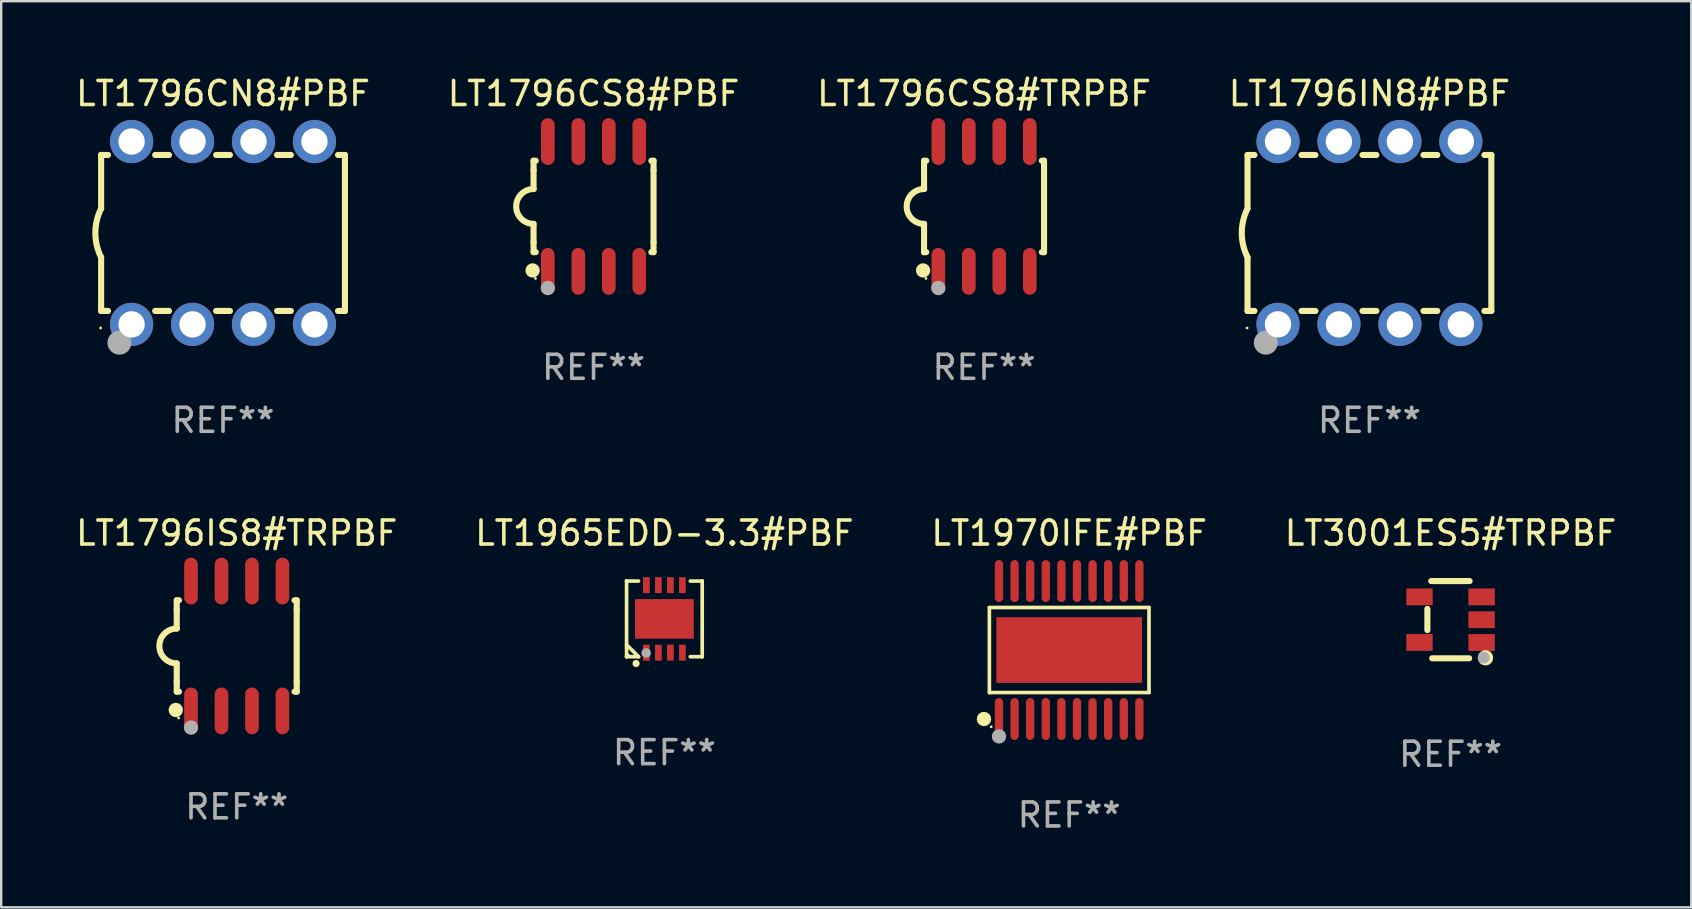
<source format=kicad_pcb>
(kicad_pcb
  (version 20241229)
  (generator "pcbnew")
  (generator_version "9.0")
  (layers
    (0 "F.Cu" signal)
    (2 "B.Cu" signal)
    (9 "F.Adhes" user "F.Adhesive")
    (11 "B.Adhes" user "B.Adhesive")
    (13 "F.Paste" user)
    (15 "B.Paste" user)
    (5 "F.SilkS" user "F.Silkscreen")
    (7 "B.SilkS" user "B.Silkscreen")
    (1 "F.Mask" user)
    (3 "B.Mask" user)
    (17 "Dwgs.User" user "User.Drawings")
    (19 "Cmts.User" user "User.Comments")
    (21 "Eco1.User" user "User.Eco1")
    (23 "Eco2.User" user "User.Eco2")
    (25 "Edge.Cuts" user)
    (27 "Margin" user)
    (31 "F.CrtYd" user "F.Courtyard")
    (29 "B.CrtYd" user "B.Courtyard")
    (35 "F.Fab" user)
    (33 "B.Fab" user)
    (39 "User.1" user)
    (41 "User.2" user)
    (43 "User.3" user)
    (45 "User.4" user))
  (footprint "LT1796IN8#PBF"
    (layer "F.Cu")
    (at 54.018 6.658)
    (property "Reference" "LT1796IN8#PBF" (at 0 -5.81 0) (layer "F.SilkS") (effects (font (size 1 1) (thickness 0.15))))
    (attr through_hole)
    (fp_line (start -5.08 -3.25) (end -5.08 -1.017) (stroke (width 0.254) (type solid)) (layer "F.SilkS"))
    (fp_line (start -5.08 -3.25) (end -4.792 -3.25) (stroke (width 0.254) (type solid)) (layer "F.SilkS"))
    (fp_line (start -5.08 3.25) (end -5.08 1.015) (stroke (width 0.254) (type solid)) (layer "F.SilkS"))
    (fp_line (start -5.08 3.25) (end -4.792 3.25) (stroke (width 0.254) (type solid)) (layer "F.SilkS"))
    (fp_line (start -2.828 -3.25) (end -2.252 -3.25) (stroke (width 0.254) (type solid)) (layer "F.SilkS"))
    (fp_line (start -2.828 3.25) (end -2.252 3.25) (stroke (width 0.254) (type solid)) (layer "F.SilkS"))
    (fp_line (start -0.288 -3.25) (end 0.288 -3.25) (stroke (width 0.254) (type solid)) (layer "F.SilkS"))
    (fp_line (start -0.288 3.25) (end 0.288 3.25) (stroke (width 0.254) (type solid)) (layer "F.SilkS"))
    (fp_line (start 2.252 -3.25) (end 2.828 -3.25) (stroke (width 0.254) (type solid)) (layer "F.SilkS"))
    (fp_line (start 2.252 3.25) (end 2.828 3.25) (stroke (width 0.254) (type solid)) (layer "F.SilkS"))
    (fp_line (start 4.792 -3.25) (end 5.08 -3.25) (stroke (width 0.254) (type solid)) (layer "F.SilkS"))
    (fp_line (start 4.792 3.25) (end 5.08 3.25) (stroke (width 0.254) (type solid)) (layer "F.SilkS"))
    (fp_line (start 5.08 -3.25) (end 5.08 3.25) (stroke (width 0.254) (type solid)) (layer "F.SilkS"))
    (fp_arc (start -5.08001 1.01524) (mid -5.319856 -0.000762) (end -5.08001 -1.016764) (stroke (width 0.254001) (type solid)) (layer "F.SilkS"))
    (fp_circle (center -5.1 3.96) (end -5.07 3.96) (stroke (width 0.06) (type solid)) (fill no) (layer "F.SilkS"))
    (fp_circle (center -4.318 4.572) (end -4.068 4.572) (stroke (width 0.5) (type solid)) (fill no) (layer "F.Fab"))
    (fp_text user "REF**" (at 0 7.81 0) (layer "F.Fab") (effects (font (size 1 1) (thickness 0.15))))
    (pad "1" thru_hole circle (at -3.81 3.81) (size 1.8 1.8) (drill 1.1) (layers "*.Cu" "*.Mask"))
    (pad "2" thru_hole circle (at -1.27 3.81) (size 1.8 1.8) (drill 1.1) (layers "*.Cu" "*.Mask"))
    (pad "3" thru_hole circle (at 1.27 3.81) (size 1.8 1.8) (drill 1.1) (layers "*.Cu" "*.Mask"))
    (pad "4" thru_hole circle (at 3.81 3.81) (size 1.8 1.8) (drill 1.1) (layers "*.Cu" "*.Mask"))
    (pad "5" thru_hole circle (at 3.81 -3.81) (size 1.8 1.8) (drill 1.1) (layers "*.Cu" "*.Mask"))
    (pad "6" thru_hole circle (at 1.27 -3.81) (size 1.8 1.8) (drill 1.1) (layers "*.Cu" "*.Mask"))
    (pad "7" thru_hole circle (at -1.27 -3.81) (size 1.8 1.8) (drill 1.1) (layers "*.Cu" "*.Mask"))
    (pad "8" thru_hole circle (at -3.81 -3.81) (size 1.8 1.8) (drill 1.1) (layers "*.Cu" "*.Mask")))
  (footprint "LT1796CS8#TRPBF"
    (layer "F.Cu")
    (at 37.958 5.553)
    (property "Reference" "LT1796CS8#TRPBF" (at 0 -4.705 0) (layer "F.SilkS") (effects (font (size 1 1) (thickness 0.15))))
    (attr through_hole)
    (fp_line (start -2.5 -1.905) (end -2.409 -1.905) (stroke (width 0.254) (type solid)) (layer "F.SilkS"))
    (fp_line (start -2.5 -1.5) (end -2.5 -1.905) (stroke (width 0.254) (type solid)) (layer "F.SilkS"))
    (fp_line (start -2.5 -1.5) (end -2.5 -0.726) (stroke (width 0.254) (type solid)) (layer "F.SilkS"))
    (fp_line (start -2.5 1.5) (end -2.5 0.727) (stroke (width 0.254) (type solid)) (layer "F.SilkS"))
    (fp_line (start -2.5 1.5) (end -2.5 1.905) (stroke (width 0.254) (type solid)) (layer "F.SilkS"))
    (fp_line (start -2.5 1.905) (end -2.409 1.905) (stroke (width 0.254) (type solid)) (layer "F.SilkS"))
    (fp_line (start 2.5 -1.905) (end 2.409 -1.905) (stroke (width 0.254) (type solid)) (layer "F.SilkS"))
    (fp_line (start 2.5 -1.5) (end 2.5 -1.905) (stroke (width 0.254) (type solid)) (layer "F.SilkS"))
    (fp_line (start 2.5 -1.5) (end 2.5 1.5) (stroke (width 0.254) (type solid)) (layer "F.SilkS"))
    (fp_line (start 2.5 1.5) (end 2.5 1.905) (stroke (width 0.254) (type solid)) (layer "F.SilkS"))
    (fp_line (start 2.5 1.905) (end 2.409 1.905) (stroke (width 0.254) (type solid)) (layer "F.SilkS"))
    (fp_arc (start -2.5 0.726568) (mid -3.220316 -0.0023) (end -2.495097 -0.726289) (stroke (width 0.254001) (type solid)) (layer "F.SilkS"))
    (fp_circle (center -2.54 2.667) (end -2.39 2.667) (stroke (width 0.3) (type solid)) (fill no) (layer "F.SilkS"))
    (fp_circle (center -2.42 3) (end -2.39 3) (stroke (width 0.06) (type solid)) (fill no) (layer "F.SilkS"))
    (fp_circle (center -1.905 3.4) (end -1.755 3.4) (stroke (width 0.3) (type solid)) (fill no) (layer "F.Fab"))
    (fp_text user "REF**" (at 0 6.705 0) (layer "F.Fab") (effects (font (size 1 1) (thickness 0.15))))
    (pad "1" smd oval (at -1.905 2.705) (size 0.568 1.95) (layers "F.Cu" "F.Mask" "F.Paste"))
    (pad "2" smd oval (at -0.635 2.705) (size 0.568 1.95) (layers "F.Cu" "F.Mask" "F.Paste"))
    (pad "3" smd oval (at 0.635 2.705) (size 0.568 1.95) (layers "F.Cu" "F.Mask" "F.Paste"))
    (pad "4" smd oval (at 1.905 2.705) (size 0.568 1.95) (layers "F.Cu" "F.Mask" "F.Paste"))
    (pad "5" smd oval (at 1.905 -2.705) (size 0.568 1.95) (layers "F.Cu" "F.Mask" "F.Paste"))
    (pad "6" smd oval (at 0.635 -2.705) (size 0.568 1.95) (layers "F.Cu" "F.Mask" "F.Paste"))
    (pad "7" smd oval (at -0.635 -2.705) (size 0.568 1.95) (layers "F.Cu" "F.Mask" "F.Paste"))
    (pad "8" smd oval (at -1.905 -2.705) (size 0.568 1.95) (layers "F.Cu" "F.Mask" "F.Paste")))
  (footprint "LT1796CS8#PBF"
    (layer "F.Cu")
    (at 21.685 5.553)
    (property "Reference" "LT1796CS8#PBF" (at 0 -4.705 0) (layer "F.SilkS") (effects (font (size 1 1) (thickness 0.15))))
    (attr through_hole)
    (fp_line (start -2.5 -1.905) (end -2.409 -1.905) (stroke (width 0.254) (type solid)) (layer "F.SilkS"))
    (fp_line (start -2.5 -1.5) (end -2.5 -1.905) (stroke (width 0.254) (type solid)) (layer "F.SilkS"))
    (fp_line (start -2.5 -1.5) (end -2.5 -0.726) (stroke (width 0.254) (type solid)) (layer "F.SilkS"))
    (fp_line (start -2.5 1.5) (end -2.5 0.727) (stroke (width 0.254) (type solid)) (layer "F.SilkS"))
    (fp_line (start -2.5 1.5) (end -2.5 1.905) (stroke (width 0.254) (type solid)) (layer "F.SilkS"))
    (fp_line (start -2.5 1.905) (end -2.409 1.905) (stroke (width 0.254) (type solid)) (layer "F.SilkS"))
    (fp_line (start 2.5 -1.905) (end 2.409 -1.905) (stroke (width 0.254) (type solid)) (layer "F.SilkS"))
    (fp_line (start 2.5 -1.5) (end 2.5 -1.905) (stroke (width 0.254) (type solid)) (layer "F.SilkS"))
    (fp_line (start 2.5 -1.5) (end 2.5 1.5) (stroke (width 0.254) (type solid)) (layer "F.SilkS"))
    (fp_line (start 2.5 1.5) (end 2.5 1.905) (stroke (width 0.254) (type solid)) (layer "F.SilkS"))
    (fp_line (start 2.5 1.905) (end 2.409 1.905) (stroke (width 0.254) (type solid)) (layer "F.SilkS"))
    (fp_arc (start -2.5 0.726568) (mid -3.220316 -0.0023) (end -2.495097 -0.726289) (stroke (width 0.254001) (type solid)) (layer "F.SilkS"))
    (fp_circle (center -2.54 2.667) (end -2.39 2.667) (stroke (width 0.3) (type solid)) (fill no) (layer "F.SilkS"))
    (fp_circle (center -2.42 3) (end -2.39 3) (stroke (width 0.06) (type solid)) (fill no) (layer "F.SilkS"))
    (fp_circle (center -1.905 3.4) (end -1.755 3.4) (stroke (width 0.3) (type solid)) (fill no) (layer "F.Fab"))
    (fp_text user "REF**" (at 0 6.705 0) (layer "F.Fab") (effects (font (size 1 1) (thickness 0.15))))
    (pad "1" smd oval (at -1.905 2.705) (size 0.568 1.95) (layers "F.Cu" "F.Mask" "F.Paste"))
    (pad "2" smd oval (at -0.635 2.705) (size 0.568 1.95) (layers "F.Cu" "F.Mask" "F.Paste"))
    (pad "3" smd oval (at 0.635 2.705) (size 0.568 1.95) (layers "F.Cu" "F.Mask" "F.Paste"))
    (pad "4" smd oval (at 1.905 2.705) (size 0.568 1.95) (layers "F.Cu" "F.Mask" "F.Paste"))
    (pad "5" smd oval (at 1.905 -2.705) (size 0.568 1.95) (layers "F.Cu" "F.Mask" "F.Paste"))
    (pad "6" smd oval (at 0.635 -2.705) (size 0.568 1.95) (layers "F.Cu" "F.Mask" "F.Paste"))
    (pad "7" smd oval (at -0.635 -2.705) (size 0.568 1.95) (layers "F.Cu" "F.Mask" "F.Paste"))
    (pad "8" smd oval (at -1.905 -2.705) (size 0.568 1.95) (layers "F.Cu" "F.Mask" "F.Paste")))
  (footprint "LT1796CN8#PBF"
    (layer "F.Cu")
    (at 6.244 6.658)
    (property "Reference" "LT1796CN8#PBF" (at 0 -5.81 0) (layer "F.SilkS") (effects (font (size 1 1) (thickness 0.15))))
    (attr through_hole)
    (fp_line (start -5.08 -3.25) (end -5.08 -1.017) (stroke (width 0.254) (type solid)) (layer "F.SilkS"))
    (fp_line (start -5.08 -3.25) (end -4.792 -3.25) (stroke (width 0.254) (type solid)) (layer "F.SilkS"))
    (fp_line (start -5.08 3.25) (end -5.08 1.015) (stroke (width 0.254) (type solid)) (layer "F.SilkS"))
    (fp_line (start -5.08 3.25) (end -4.792 3.25) (stroke (width 0.254) (type solid)) (layer "F.SilkS"))
    (fp_line (start -2.828 -3.25) (end -2.252 -3.25) (stroke (width 0.254) (type solid)) (layer "F.SilkS"))
    (fp_line (start -2.828 3.25) (end -2.252 3.25) (stroke (width 0.254) (type solid)) (layer "F.SilkS"))
    (fp_line (start -0.288 -3.25) (end 0.288 -3.25) (stroke (width 0.254) (type solid)) (layer "F.SilkS"))
    (fp_line (start -0.288 3.25) (end 0.288 3.25) (stroke (width 0.254) (type solid)) (layer "F.SilkS"))
    (fp_line (start 2.252 -3.25) (end 2.828 -3.25) (stroke (width 0.254) (type solid)) (layer "F.SilkS"))
    (fp_line (start 2.252 3.25) (end 2.828 3.25) (stroke (width 0.254) (type solid)) (layer "F.SilkS"))
    (fp_line (start 4.792 -3.25) (end 5.08 -3.25) (stroke (width 0.254) (type solid)) (layer "F.SilkS"))
    (fp_line (start 4.792 3.25) (end 5.08 3.25) (stroke (width 0.254) (type solid)) (layer "F.SilkS"))
    (fp_line (start 5.08 -3.25) (end 5.08 3.25) (stroke (width 0.254) (type solid)) (layer "F.SilkS"))
    (fp_arc (start -5.08001 1.01524) (mid -5.319856 -0.000762) (end -5.08001 -1.016764) (stroke (width 0.254001) (type solid)) (layer "F.SilkS"))
    (fp_circle (center -5.1 3.96) (end -5.07 3.96) (stroke (width 0.06) (type solid)) (fill no) (layer "F.SilkS"))
    (fp_circle (center -4.318 4.572) (end -4.068 4.572) (stroke (width 0.5) (type solid)) (fill no) (layer "F.Fab"))
    (fp_text user "REF**" (at 0 7.81 0) (layer "F.Fab") (effects (font (size 1 1) (thickness 0.15))))
    (pad "1" thru_hole circle (at -3.81 3.81) (size 1.8 1.8) (drill 1.1) (layers "*.Cu" "*.Mask"))
    (pad "2" thru_hole circle (at -1.27 3.81) (size 1.8 1.8) (drill 1.1) (layers "*.Cu" "*.Mask"))
    (pad "3" thru_hole circle (at 1.27 3.81) (size 1.8 1.8) (drill 1.1) (layers "*.Cu" "*.Mask"))
    (pad "4" thru_hole circle (at 3.81 3.81) (size 1.8 1.8) (drill 1.1) (layers "*.Cu" "*.Mask"))
    (pad "5" thru_hole circle (at 3.81 -3.81) (size 1.8 1.8) (drill 1.1) (layers "*.Cu" "*.Mask"))
    (pad "6" thru_hole circle (at 1.27 -3.81) (size 1.8 1.8) (drill 1.1) (layers "*.Cu" "*.Mask"))
    (pad "7" thru_hole circle (at -1.27 -3.81) (size 1.8 1.8) (drill 1.1) (layers "*.Cu" "*.Mask"))
    (pad "8" thru_hole circle (at -3.81 -3.81) (size 1.8 1.8) (drill 1.1) (layers "*.Cu" "*.Mask")))
  (footprint "LT1796IS8#TRPBF"
    (layer "F.Cu")
    (at 6.815 23.87)
    (property "Reference" "LT1796IS8#TRPBF" (at 0 -4.705 0) (layer "F.SilkS") (effects (font (size 1 1) (thickness 0.15))))
    (attr through_hole)
    (fp_line (start -2.5 -1.905) (end -2.409 -1.905) (stroke (width 0.254) (type solid)) (layer "F.SilkS"))
    (fp_line (start -2.5 -1.5) (end -2.5 -1.905) (stroke (width 0.254) (type solid)) (layer "F.SilkS"))
    (fp_line (start -2.5 -1.5) (end -2.5 -0.726) (stroke (width 0.254) (type solid)) (layer "F.SilkS"))
    (fp_line (start -2.5 1.5) (end -2.5 0.727) (stroke (width 0.254) (type solid)) (layer "F.SilkS"))
    (fp_line (start -2.5 1.5) (end -2.5 1.905) (stroke (width 0.254) (type solid)) (layer "F.SilkS"))
    (fp_line (start -2.5 1.905) (end -2.409 1.905) (stroke (width 0.254) (type solid)) (layer "F.SilkS"))
    (fp_line (start 2.5 -1.905) (end 2.409 -1.905) (stroke (width 0.254) (type solid)) (layer "F.SilkS"))
    (fp_line (start 2.5 -1.5) (end 2.5 -1.905) (stroke (width 0.254) (type solid)) (layer "F.SilkS"))
    (fp_line (start 2.5 -1.5) (end 2.5 1.5) (stroke (width 0.254) (type solid)) (layer "F.SilkS"))
    (fp_line (start 2.5 1.5) (end 2.5 1.905) (stroke (width 0.254) (type solid)) (layer "F.SilkS"))
    (fp_line (start 2.5 1.905) (end 2.409 1.905) (stroke (width 0.254) (type solid)) (layer "F.SilkS"))
    (fp_arc (start -2.5 0.726568) (mid -3.220316 -0.0023) (end -2.495097 -0.726289) (stroke (width 0.254001) (type solid)) (layer "F.SilkS"))
    (fp_circle (center -2.54 2.667) (end -2.39 2.667) (stroke (width 0.3) (type solid)) (fill no) (layer "F.SilkS"))
    (fp_circle (center -2.42 3) (end -2.39 3) (stroke (width 0.06) (type solid)) (fill no) (layer "F.SilkS"))
    (fp_circle (center -1.905 3.4) (end -1.755 3.4) (stroke (width 0.3) (type solid)) (fill no) (layer "F.Fab"))
    (fp_text user "REF**" (at 0 6.705 0) (layer "F.Fab") (effects (font (size 1 1) (thickness 0.15))))
    (pad "1" smd oval (at -1.905 2.705) (size 0.568 1.95) (layers "F.Cu" "F.Mask" "F.Paste"))
    (pad "2" smd oval (at -0.635 2.705) (size 0.568 1.95) (layers "F.Cu" "F.Mask" "F.Paste"))
    (pad "3" smd oval (at 0.635 2.705) (size 0.568 1.95) (layers "F.Cu" "F.Mask" "F.Paste"))
    (pad "4" smd oval (at 1.905 2.705) (size 0.568 1.95) (layers "F.Cu" "F.Mask" "F.Paste"))
    (pad "5" smd oval (at 1.905 -2.705) (size 0.568 1.95) (layers "F.Cu" "F.Mask" "F.Paste"))
    (pad "6" smd oval (at 0.635 -2.705) (size 0.568 1.95) (layers "F.Cu" "F.Mask" "F.Paste"))
    (pad "7" smd oval (at -0.635 -2.705) (size 0.568 1.95) (layers "F.Cu" "F.Mask" "F.Paste"))
    (pad "8" smd oval (at -1.905 -2.705) (size 0.568 1.95) (layers "F.Cu" "F.Mask" "F.Paste")))
  (footprint "LT3001ES5#TRPBF"
    (layer "F.Cu")
    (at 57.399 22.774)
    (property "Reference" "LT3001ES5#TRPBF" (at 0 -3.609 0) (layer "F.SilkS") (effects (font (size 1 1) (thickness 0.15))))
    (attr through_hole)
    (fp_line (start -0.966 0.433) (end -0.966 -0.451) (stroke (width 0.254) (type solid)) (layer "F.SilkS"))
    (fp_line (start -0.806 -1.609) (end 0.794 -1.609) (stroke (width 0.254) (type solid)) (layer "F.SilkS"))
    (fp_line (start -0.766 1.609) (end 0.774 1.609) (stroke (width 0.254) (type solid)) (layer "F.SilkS"))
    (fp_circle (center 1.4 1.45) (end 1.43 1.45) (stroke (width 0.06) (type solid)) (fill no) (layer "F.SilkS"))
    (fp_circle (center 1.456 1.589) (end 1.52 1.589) (stroke (width 0.254) (type solid)) (fill no) (layer "F.SilkS"))
    (fp_circle (center 1.38 1.58) (end 1.505 1.58) (stroke (width 0.25) (type solid)) (fill no) (layer "F.Fab"))
    (fp_text user "REF**" (at 0 5.609 0) (layer "F.Fab") (effects (font (size 1 1) (thickness 0.15))))
    (pad "1" smd rect (at 1.294 0.951) (size 1.1 0.7) (layers "F.Cu" "F.Mask" "F.Paste"))
    (pad "2" smd rect (at 1.294 0.001) (size 1.1 0.7) (layers "F.Cu" "F.Mask" "F.Paste"))
    (pad "3" smd rect (at 1.294 -0.951) (size 1.1 0.7) (layers "F.Cu" "F.Mask" "F.Paste"))
    (pad "4" smd rect (at -1.294 -0.951 180) (size 1.1 0.7) (layers "F.Cu" "F.Mask" "F.Paste"))
    (pad "5" smd rect (at -1.294 0.949 180) (size 1.1 0.7) (layers "F.Cu" "F.Mask" "F.Paste")))
  (footprint "LT1965EDD-3.3#PBF"
    (layer "F.Cu")
    (at 24.637 22.741)
    (property "Reference" "LT1965EDD-3.3#PBF" (at 0 -3.576 0) (layer "F.SilkS") (effects (font (size 1 1) (thickness 0.15))))
    (attr through_hole)
    (fp_line (start -1.576 -1.576) (end -1.576 -1.576) (stroke (width 0.152) (type solid)) (layer "F.SilkS"))
    (fp_line (start -1.576 -1.576) (end -1.08 -1.576) (stroke (width 0.152) (type solid)) (layer "F.SilkS"))
    (fp_line (start -1.576 1.576) (end -1.576 -1.576) (stroke (width 0.152) (type solid)) (layer "F.SilkS"))
    (fp_line (start -1.576 1.576) (end -1.576 1.576) (stroke (width 0.152) (type solid)) (layer "F.SilkS"))
    (fp_line (start -1.08 1.575) (end -1.576 1.079) (stroke (width 0.152) (type solid)) (layer "F.SilkS"))
    (fp_line (start -1.08 1.576) (end -1.576 1.576) (stroke (width 0.152) (type solid)) (layer "F.SilkS"))
    (fp_line (start -1.08 1.576) (end -1.08 1.575) (stroke (width 0.152) (type solid)) (layer "F.SilkS"))
    (fp_line (start 1.08 1.576) (end 1.576 1.576) (stroke (width 0.152) (type solid)) (layer "F.SilkS"))
    (fp_line (start 1.576 -1.576) (end 1.08 -1.576) (stroke (width 0.152) (type solid)) (layer "F.SilkS"))
    (fp_line (start 1.576 -1.576) (end 1.576 -1.576) (stroke (width 0.152) (type solid)) (layer "F.SilkS"))
    (fp_line (start 1.576 1.576) (end 1.576 -1.576) (stroke (width 0.152) (type solid)) (layer "F.SilkS"))
    (fp_line (start 1.576 1.576) (end 1.576 1.576) (stroke (width 0.152) (type solid)) (layer "F.SilkS"))
    (fp_circle (center -1.5 1.5) (end -1.47 1.5) (stroke (width 0.06) (type solid)) (fill no) (layer "F.SilkS"))
    (fp_circle (center -1.18 1.86) (end -1.105 1.86) (stroke (width 0.15) (type solid)) (fill no) (layer "F.SilkS"))
    (fp_circle (center -0.76 1.42) (end -0.66 1.42) (stroke (width 0.2) (type solid)) (fill no) (layer "F.Fab"))
    (fp_text user "REF**" (at 0 5.576 0) (layer "F.Fab") (effects (font (size 1 1) (thickness 0.15))))
    (pad "1" smd rect (at -0.75 1.407) (size 0.28 0.665) (layers "F.Cu" "F.Mask" "F.Paste"))
    (pad "2" smd rect (at -0.25 1.407) (size 0.28 0.665) (layers "F.Cu" "F.Mask" "F.Paste"))
    (pad "3" smd rect (at 0.25 1.407) (size 0.28 0.665) (layers "F.Cu" "F.Mask" "F.Paste"))
    (pad "4" smd rect (at 0.75 1.407) (size 0.28 0.665) (layers "F.Cu" "F.Mask" "F.Paste"))
    (pad "5" smd rect (at 0.75 -1.407) (size 0.28 0.665) (layers "F.Cu" "F.Mask" "F.Paste"))
    (pad "6" smd rect (at 0.25 -1.407) (size 0.28 0.665) (layers "F.Cu" "F.Mask" "F.Paste"))
    (pad "7" smd rect (at -0.25 -1.407) (size 0.28 0.665) (layers "F.Cu" "F.Mask" "F.Paste"))
    (pad "8" smd rect (at -0.75 -1.407) (size 0.28 0.665) (layers "F.Cu" "F.Mask" "F.Paste"))
    (pad "9" smd rect (at 0 0) (size 2.45 1.65) (layers "F.Cu" "F.Mask" "F.Paste")))
  (footprint "LT1970IFE#PBF"
    (layer "F.Cu")
    (at 41.506 24.039)
    (property "Reference" "LT1970IFE#PBF" (at 0 -4.874 0) (layer "F.SilkS") (effects (font (size 1 1) (thickness 0.15))))
    (attr through_hole)
    (fp_line (start -3.326 -1.772) (end 3.326 -1.772) (stroke (width 0.152) (type solid)) (layer "F.SilkS"))
    (fp_line (start -3.326 1.771) (end -3.326 -1.772) (stroke (width 0.152) (type solid)) (layer "F.SilkS"))
    (fp_line (start 3.326 -1.772) (end 3.326 1.771) (stroke (width 0.152) (type solid)) (layer "F.SilkS"))
    (fp_line (start 3.326 1.771) (end -3.326 1.771) (stroke (width 0.152) (type solid)) (layer "F.SilkS"))
    (fp_circle (center -3.551 2.874) (end -3.401 2.874) (stroke (width 0.3) (type solid)) (fill no) (layer "F.SilkS"))
    (fp_circle (center -3.25 3.2) (end -3.22 3.2) (stroke (width 0.06) (type solid)) (fill no) (layer "F.SilkS"))
    (fp_circle (center -2.925 3.6) (end -2.775 3.6) (stroke (width 0.3) (type solid)) (fill no) (layer "F.Fab"))
    (fp_text user "REF**" (at 0 6.874 0) (layer "F.Fab") (effects (font (size 1 1) (thickness 0.15))))
    (pad "1" smd oval (at -2.925 2.874) (size 0.347 1.748) (layers "F.Cu" "F.Mask" "F.Paste"))
    (pad "2" smd oval (at -2.275 2.874) (size 0.347 1.748) (layers "F.Cu" "F.Mask" "F.Paste"))
    (pad "3" smd oval (at -1.625 2.874) (size 0.347 1.748) (layers "F.Cu" "F.Mask" "F.Paste"))
    (pad "4" smd oval (at -0.975 2.874) (size 0.347 1.748) (layers "F.Cu" "F.Mask" "F.Paste"))
    (pad "5" smd oval (at -0.325 2.874) (size 0.347 1.748) (layers "F.Cu" "F.Mask" "F.Paste"))
    (pad "6" smd oval (at 0.325 2.874) (size 0.347 1.748) (layers "F.Cu" "F.Mask" "F.Paste"))
    (pad "7" smd oval (at 0.975 2.874) (size 0.347 1.748) (layers "F.Cu" "F.Mask" "F.Paste"))
    (pad "8" smd oval (at 1.625 2.874) (size 0.347 1.748) (layers "F.Cu" "F.Mask" "F.Paste"))
    (pad "9" smd oval (at 2.275 2.874) (size 0.347 1.748) (layers "F.Cu" "F.Mask" "F.Paste"))
    (pad "10" smd oval (at 2.925 2.874) (size 0.347 1.748) (layers "F.Cu" "F.Mask" "F.Paste"))
    (pad "11" smd oval (at 2.925 -2.874) (size 0.347 1.748) (layers "F.Cu" "F.Mask" "F.Paste"))
    (pad "12" smd oval (at 2.275 -2.874) (size 0.347 1.748) (layers "F.Cu" "F.Mask" "F.Paste"))
    (pad "13" smd oval (at 1.625 -2.874) (size 0.347 1.748) (layers "F.Cu" "F.Mask" "F.Paste"))
    (pad "14" smd oval (at 0.975 -2.874) (size 0.347 1.748) (layers "F.Cu" "F.Mask" "F.Paste"))
    (pad "15" smd oval (at 0.325 -2.874) (size 0.347 1.748) (layers "F.Cu" "F.Mask" "F.Paste"))
    (pad "16" smd oval (at -0.325 -2.874) (size 0.347 1.748) (layers "F.Cu" "F.Mask" "F.Paste"))
    (pad "17" smd oval (at -0.975 -2.874) (size 0.347 1.748) (layers "F.Cu" "F.Mask" "F.Paste"))
    (pad "18" smd oval (at -1.625 -2.874) (size 0.347 1.748) (layers "F.Cu" "F.Mask" "F.Paste"))
    (pad "19" smd oval (at -2.275 -2.874) (size 0.347 1.748) (layers "F.Cu" "F.Mask" "F.Paste"))
    (pad "20" smd oval (at -2.925 -2.874) (size 0.347 1.748) (layers "F.Cu" "F.Mask" "F.Paste"))
    (pad "21" smd rect (at 0 -0.000127) (size 6.07 2.74) (layers "F.Cu" "F.Mask" "F.Paste")))
  (gr_rect
    (start -3 -3)
    (end 67.429 34.761)
    (stroke (width 0.1) (type default))
    (fill no)
    (layer "Edge.Cuts")))
</source>
